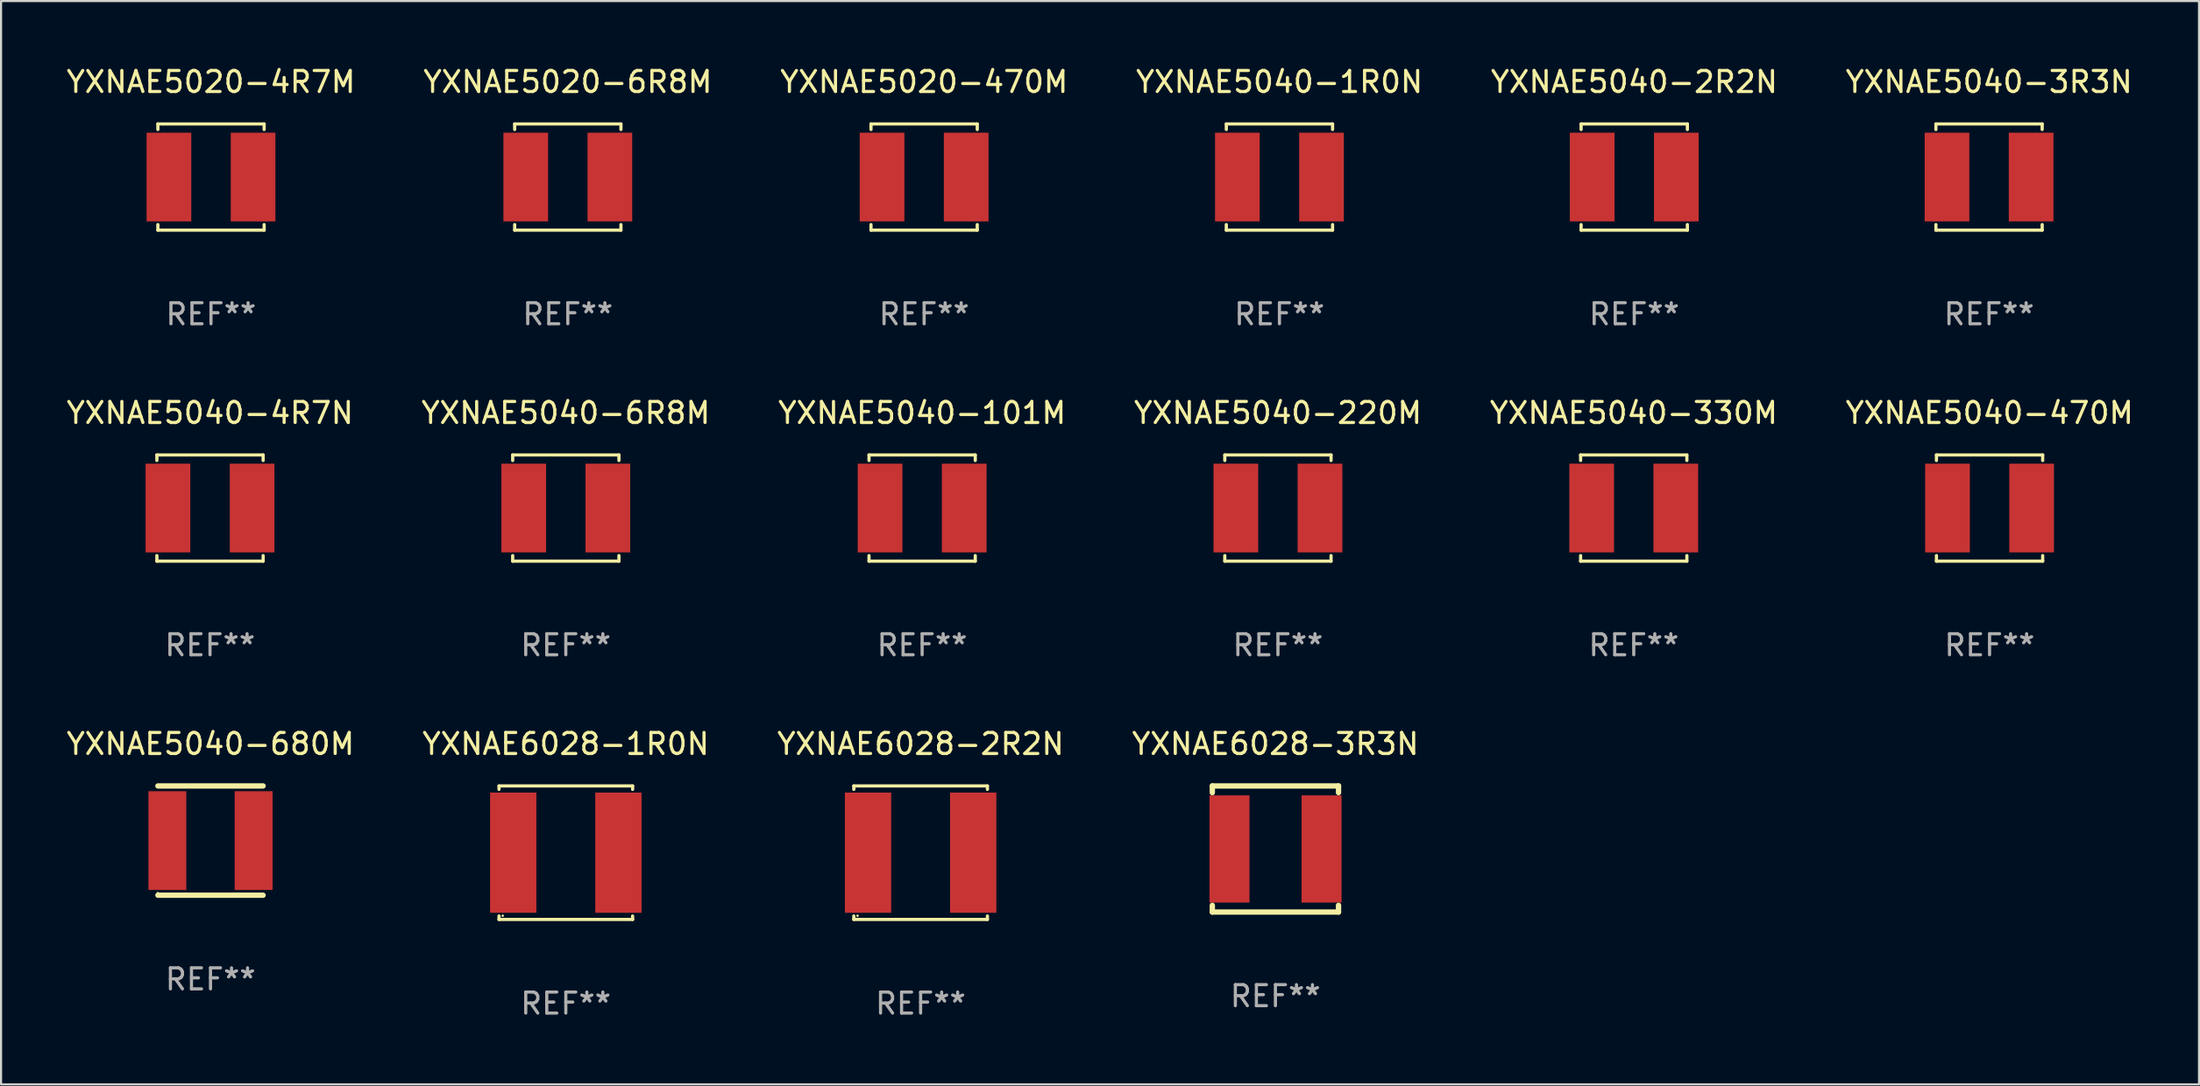
<source format=kicad_pcb>
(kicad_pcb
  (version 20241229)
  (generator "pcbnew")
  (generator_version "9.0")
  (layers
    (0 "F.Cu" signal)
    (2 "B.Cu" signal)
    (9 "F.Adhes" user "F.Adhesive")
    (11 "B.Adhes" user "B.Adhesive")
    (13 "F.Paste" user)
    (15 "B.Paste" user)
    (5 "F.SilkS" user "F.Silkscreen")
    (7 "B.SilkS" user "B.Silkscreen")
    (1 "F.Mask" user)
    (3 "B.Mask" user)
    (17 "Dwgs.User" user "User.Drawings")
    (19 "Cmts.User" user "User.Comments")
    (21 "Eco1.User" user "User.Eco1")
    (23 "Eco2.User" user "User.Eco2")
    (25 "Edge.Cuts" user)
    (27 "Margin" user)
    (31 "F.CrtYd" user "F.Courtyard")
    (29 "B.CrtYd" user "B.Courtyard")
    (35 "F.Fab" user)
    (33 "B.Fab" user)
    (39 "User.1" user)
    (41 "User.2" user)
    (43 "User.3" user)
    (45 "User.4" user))
  (footprint "YXNAE5040-1R0N"
    (layer "F.Cu")
    (at 57.78 5.374)
    (property "Reference" "YXNAE5040-1R0N" (at 0 -4.526 0) (layer "F.SilkS") (effects (font (size 1 1) (thickness 0.15))))
    (attr through_hole)
    (fp_line (start -2.526 -2.526) (end 2.526 -2.526) (stroke (width 0.152) (type solid)) (layer "F.SilkS"))
    (fp_line (start -2.526 -2.262) (end -2.526 -2.526) (stroke (width 0.152) (type solid)) (layer "F.SilkS"))
    (fp_line (start -2.526 2.262) (end -2.526 2.526) (stroke (width 0.152) (type solid)) (layer "F.SilkS"))
    (fp_line (start -2.526 2.526) (end 2.526 2.526) (stroke (width 0.152) (type solid)) (layer "F.SilkS"))
    (fp_line (start 2.526 -2.526) (end 2.526 -2.262) (stroke (width 0.152) (type solid)) (layer "F.SilkS"))
    (fp_line (start 2.526 2.526) (end 2.526 2.262) (stroke (width 0.152) (type solid)) (layer "F.SilkS"))
    (fp_circle (center 2.5 -2.5) (end 2.53 -2.5) (stroke (width 0.06) (type solid)) (fill no) (layer "F.SilkS"))
    (fp_text user "REF**" (at 0 6.526 0) (layer "F.Fab") (effects (font (size 1 1) (thickness 0.15))))
    (pad "1" smd rect (at 2 0) (size 2.124 4.22) (layers "F.Cu" "F.Mask" "F.Paste"))
    (pad "2" smd rect (at -2 0) (size 2.124 4.22) (layers "F.Cu" "F.Mask" "F.Paste")))
  (footprint "YXNAE6028-1R0N"
    (layer "F.Cu")
    (at 23.851 37.522)
    (property "Reference" "YXNAE6028-1R0N" (at 0 -5.176 0) (layer "F.SilkS") (effects (font (size 1 1) (thickness 0.15))))
    (attr through_hole)
    (fp_line (start -3.176 -3.176) (end 3.176 -3.176) (stroke (width 0.152) (type solid)) (layer "F.SilkS"))
    (fp_line (start -3.176 -3.012) (end -3.176 -3.176) (stroke (width 0.152) (type solid)) (layer "F.SilkS"))
    (fp_line (start -3.176 3.012) (end -3.176 3.176) (stroke (width 0.152) (type solid)) (layer "F.SilkS"))
    (fp_line (start -3.176 3.176) (end 3.176 3.176) (stroke (width 0.152) (type solid)) (layer "F.SilkS"))
    (fp_line (start 3.176 -3.176) (end 3.176 -3.012) (stroke (width 0.152) (type solid)) (layer "F.SilkS"))
    (fp_line (start 3.176 3.176) (end 3.176 3.012) (stroke (width 0.152) (type solid)) (layer "F.SilkS"))
    (fp_circle (center -3 3) (end -2.97 3) (stroke (width 0.06) (type solid)) (fill no) (layer "F.SilkS"))
    (fp_text user "REF**" (at 0 7.176 0) (layer "F.Fab") (effects (font (size 1 1) (thickness 0.15))))
    (pad "1" smd rect (at -2.5 0) (size 2.2 5.72) (layers "F.Cu" "F.Mask" "F.Paste"))
    (pad "2" smd rect (at 2.5 0) (size 2.2 5.72) (layers "F.Cu" "F.Mask" "F.Paste")))
  (footprint "YXNAE5040-6R8M"
    (layer "F.Cu")
    (at 23.851 21.123)
    (property "Reference" "YXNAE5040-6R8M" (at 0 -4.526 0) (layer "F.SilkS") (effects (font (size 1 1) (thickness 0.15))))
    (attr through_hole)
    (fp_line (start -2.526 -2.526) (end 2.526 -2.526) (stroke (width 0.152) (type solid)) (layer "F.SilkS"))
    (fp_line (start -2.526 -2.262) (end -2.526 -2.526) (stroke (width 0.152) (type solid)) (layer "F.SilkS"))
    (fp_line (start -2.526 2.262) (end -2.526 2.526) (stroke (width 0.152) (type solid)) (layer "F.SilkS"))
    (fp_line (start -2.526 2.526) (end 2.526 2.526) (stroke (width 0.152) (type solid)) (layer "F.SilkS"))
    (fp_line (start 2.526 -2.526) (end 2.526 -2.262) (stroke (width 0.152) (type solid)) (layer "F.SilkS"))
    (fp_line (start 2.526 2.526) (end 2.526 2.262) (stroke (width 0.152) (type solid)) (layer "F.SilkS"))
    (fp_circle (center 2.5 -2.5) (end 2.53 -2.5) (stroke (width 0.06) (type solid)) (fill no) (layer "F.SilkS"))
    (fp_text user "REF**" (at 0 6.526 0) (layer "F.Fab") (effects (font (size 1 1) (thickness 0.15))))
    (pad "1" smd rect (at 2 0) (size 2.124 4.22) (layers "F.Cu" "F.Mask" "F.Paste"))
    (pad "2" smd rect (at -2 0) (size 2.124 4.22) (layers "F.Cu" "F.Mask" "F.Paste")))
  (footprint "YXNAE5040-2R2N"
    (layer "F.Cu")
    (at 74.649 5.374)
    (property "Reference" "YXNAE5040-2R2N" (at 0 -4.526 0) (layer "F.SilkS") (effects (font (size 1 1) (thickness 0.15))))
    (attr through_hole)
    (fp_line (start -2.526 -2.526) (end 2.526 -2.526) (stroke (width 0.152) (type solid)) (layer "F.SilkS"))
    (fp_line (start -2.526 -2.262) (end -2.526 -2.526) (stroke (width 0.152) (type solid)) (layer "F.SilkS"))
    (fp_line (start -2.526 2.262) (end -2.526 2.526) (stroke (width 0.152) (type solid)) (layer "F.SilkS"))
    (fp_line (start -2.526 2.526) (end 2.526 2.526) (stroke (width 0.152) (type solid)) (layer "F.SilkS"))
    (fp_line (start 2.526 -2.526) (end 2.526 -2.262) (stroke (width 0.152) (type solid)) (layer "F.SilkS"))
    (fp_line (start 2.526 2.526) (end 2.526 2.262) (stroke (width 0.152) (type solid)) (layer "F.SilkS"))
    (fp_circle (center 2.5 -2.5) (end 2.53 -2.5) (stroke (width 0.06) (type solid)) (fill no) (layer "F.SilkS"))
    (fp_text user "REF**" (at 0 6.526 0) (layer "F.Fab") (effects (font (size 1 1) (thickness 0.15))))
    (pad "1" smd rect (at 2 0) (size 2.124 4.22) (layers "F.Cu" "F.Mask" "F.Paste"))
    (pad "2" smd rect (at -2 0) (size 2.124 4.22) (layers "F.Cu" "F.Mask" "F.Paste")))
  (footprint "YXNAE5020-470M"
    (layer "F.Cu")
    (at 40.887 5.374)
    (property "Reference" "YXNAE5020-470M" (at 0 -4.526 0) (layer "F.SilkS") (effects (font (size 1 1) (thickness 0.15))))
    (attr through_hole)
    (fp_line (start -2.526 -2.526) (end 2.526 -2.526) (stroke (width 0.152) (type solid)) (layer "F.SilkS"))
    (fp_line (start -2.526 -2.262) (end -2.526 -2.526) (stroke (width 0.152) (type solid)) (layer "F.SilkS"))
    (fp_line (start -2.526 2.262) (end -2.526 2.526) (stroke (width 0.152) (type solid)) (layer "F.SilkS"))
    (fp_line (start -2.526 2.526) (end 2.526 2.526) (stroke (width 0.152) (type solid)) (layer "F.SilkS"))
    (fp_line (start 2.526 -2.526) (end 2.526 -2.262) (stroke (width 0.152) (type solid)) (layer "F.SilkS"))
    (fp_line (start 2.526 2.526) (end 2.526 2.262) (stroke (width 0.152) (type solid)) (layer "F.SilkS"))
    (fp_circle (center 2.5 -2.5) (end 2.53 -2.5) (stroke (width 0.06) (type solid)) (fill no) (layer "F.SilkS"))
    (fp_text user "REF**" (at 0 6.526 0) (layer "F.Fab") (effects (font (size 1 1) (thickness 0.15))))
    (pad "1" smd rect (at 2 0) (size 2.124 4.22) (layers "F.Cu" "F.Mask" "F.Paste"))
    (pad "2" smd rect (at -2 0) (size 2.124 4.22) (layers "F.Cu" "F.Mask" "F.Paste")))
  (footprint "YXNAE5040-680M"
    (layer "F.Cu")
    (at 6.958 36.946)
    (property "Reference" "YXNAE5040-680M" (at 0 -4.6 0) (layer "F.SilkS") (effects (font (size 1 1) (thickness 0.15))))
    (attr through_hole)
    (fp_line (start -2.5 -2.6) (end 2.5 -2.6) (stroke (width 0.254) (type solid)) (layer "F.SilkS"))
    (fp_line (start -2.5 2.6) (end 2.5 2.6) (stroke (width 0.254) (type solid)) (layer "F.SilkS"))
    (fp_circle (center -2.5 2.5) (end -2.47 2.5) (stroke (width 0.06) (type solid)) (fill no) (layer "F.SilkS"))
    (fp_text user "REF**" (at 0 6.6 0) (layer "F.Fab") (effects (font (size 1 1) (thickness 0.15))))
    (pad "1" smd rect (at -2.05 0) (size 1.8 4.7) (layers "F.Cu" "F.Mask" "F.Paste"))
    (pad "2" smd rect (at 2.05 0) (size 1.8 4.7) (layers "F.Cu" "F.Mask" "F.Paste")))
  (footprint "YXNAE5040-330M"
    (layer "F.Cu")
    (at 74.625 21.123)
    (property "Reference" "YXNAE5040-330M" (at 0 -4.526 0) (layer "F.SilkS") (effects (font (size 1 1) (thickness 0.15))))
    (attr through_hole)
    (fp_line (start -2.526 -2.526) (end 2.526 -2.526) (stroke (width 0.152) (type solid)) (layer "F.SilkS"))
    (fp_line (start -2.526 -2.262) (end -2.526 -2.526) (stroke (width 0.152) (type solid)) (layer "F.SilkS"))
    (fp_line (start -2.526 2.262) (end -2.526 2.526) (stroke (width 0.152) (type solid)) (layer "F.SilkS"))
    (fp_line (start -2.526 2.526) (end 2.526 2.526) (stroke (width 0.152) (type solid)) (layer "F.SilkS"))
    (fp_line (start 2.526 -2.526) (end 2.526 -2.262) (stroke (width 0.152) (type solid)) (layer "F.SilkS"))
    (fp_line (start 2.526 2.526) (end 2.526 2.262) (stroke (width 0.152) (type solid)) (layer "F.SilkS"))
    (fp_circle (center 2.5 -2.5) (end 2.53 -2.5) (stroke (width 0.06) (type solid)) (fill no) (layer "F.SilkS"))
    (fp_text user "REF**" (at 0 6.526 0) (layer "F.Fab") (effects (font (size 1 1) (thickness 0.15))))
    (pad "1" smd rect (at 2 0) (size 2.124 4.22) (layers "F.Cu" "F.Mask" "F.Paste"))
    (pad "2" smd rect (at -2 0) (size 2.124 4.22) (layers "F.Cu" "F.Mask" "F.Paste")))
  (footprint "YXNAE5040-220M"
    (layer "F.Cu")
    (at 57.708 21.123)
    (property "Reference" "YXNAE5040-220M" (at 0 -4.526 0) (layer "F.SilkS") (effects (font (size 1 1) (thickness 0.15))))
    (attr through_hole)
    (fp_line (start -2.526 -2.526) (end 2.526 -2.526) (stroke (width 0.152) (type solid)) (layer "F.SilkS"))
    (fp_line (start -2.526 -2.262) (end -2.526 -2.526) (stroke (width 0.152) (type solid)) (layer "F.SilkS"))
    (fp_line (start -2.526 2.262) (end -2.526 2.526) (stroke (width 0.152) (type solid)) (layer "F.SilkS"))
    (fp_line (start -2.526 2.526) (end 2.526 2.526) (stroke (width 0.152) (type solid)) (layer "F.SilkS"))
    (fp_line (start 2.526 -2.526) (end 2.526 -2.262) (stroke (width 0.152) (type solid)) (layer "F.SilkS"))
    (fp_line (start 2.526 2.526) (end 2.526 2.262) (stroke (width 0.152) (type solid)) (layer "F.SilkS"))
    (fp_circle (center 2.5 -2.5) (end 2.53 -2.5) (stroke (width 0.06) (type solid)) (fill no) (layer "F.SilkS"))
    (fp_text user "REF**" (at 0 6.526 0) (layer "F.Fab") (effects (font (size 1 1) (thickness 0.15))))
    (pad "1" smd rect (at 2 0) (size 2.124 4.22) (layers "F.Cu" "F.Mask" "F.Paste"))
    (pad "2" smd rect (at -2 0) (size 2.124 4.22) (layers "F.Cu" "F.Mask" "F.Paste")))
  (footprint "YXNAE5040-470M"
    (layer "F.Cu")
    (at 91.542 21.123)
    (property "Reference" "YXNAE5040-470M" (at 0 -4.526 0) (layer "F.SilkS") (effects (font (size 1 1) (thickness 0.15))))
    (attr through_hole)
    (fp_line (start -2.526 -2.526) (end 2.526 -2.526) (stroke (width 0.152) (type solid)) (layer "F.SilkS"))
    (fp_line (start -2.526 -2.262) (end -2.526 -2.526) (stroke (width 0.152) (type solid)) (layer "F.SilkS"))
    (fp_line (start -2.526 2.262) (end -2.526 2.526) (stroke (width 0.152) (type solid)) (layer "F.SilkS"))
    (fp_line (start -2.526 2.526) (end 2.526 2.526) (stroke (width 0.152) (type solid)) (layer "F.SilkS"))
    (fp_line (start 2.526 -2.526) (end 2.526 -2.262) (stroke (width 0.152) (type solid)) (layer "F.SilkS"))
    (fp_line (start 2.526 2.526) (end 2.526 2.262) (stroke (width 0.152) (type solid)) (layer "F.SilkS"))
    (fp_circle (center 2.5 -2.5) (end 2.53 -2.5) (stroke (width 0.06) (type solid)) (fill no) (layer "F.SilkS"))
    (fp_text user "REF**" (at 0 6.526 0) (layer "F.Fab") (effects (font (size 1 1) (thickness 0.15))))
    (pad "1" smd rect (at 2 0) (size 2.124 4.22) (layers "F.Cu" "F.Mask" "F.Paste"))
    (pad "2" smd rect (at -2 0) (size 2.124 4.22) (layers "F.Cu" "F.Mask" "F.Paste")))
  (footprint "YXNAE5040-101M"
    (layer "F.Cu")
    (at 40.792 21.123)
    (property "Reference" "YXNAE5040-101M" (at 0 -4.526 0) (layer "F.SilkS") (effects (font (size 1 1) (thickness 0.15))))
    (attr through_hole)
    (fp_line (start -2.526 -2.526) (end 2.526 -2.526) (stroke (width 0.152) (type solid)) (layer "F.SilkS"))
    (fp_line (start -2.526 -2.262) (end -2.526 -2.526) (stroke (width 0.152) (type solid)) (layer "F.SilkS"))
    (fp_line (start -2.526 2.262) (end -2.526 2.526) (stroke (width 0.152) (type solid)) (layer "F.SilkS"))
    (fp_line (start -2.526 2.526) (end 2.526 2.526) (stroke (width 0.152) (type solid)) (layer "F.SilkS"))
    (fp_line (start 2.526 -2.526) (end 2.526 -2.262) (stroke (width 0.152) (type solid)) (layer "F.SilkS"))
    (fp_line (start 2.526 2.526) (end 2.526 2.262) (stroke (width 0.152) (type solid)) (layer "F.SilkS"))
    (fp_circle (center 2.5 -2.5) (end 2.53 -2.5) (stroke (width 0.06) (type solid)) (fill no) (layer "F.SilkS"))
    (fp_text user "REF**" (at 0 6.526 0) (layer "F.Fab") (effects (font (size 1 1) (thickness 0.15))))
    (pad "1" smd rect (at 2 0) (size 2.124 4.22) (layers "F.Cu" "F.Mask" "F.Paste"))
    (pad "2" smd rect (at -2 0) (size 2.124 4.22) (layers "F.Cu" "F.Mask" "F.Paste")))
  (footprint "YXNAE5040-3R3N"
    (layer "F.Cu")
    (at 91.518 5.374)
    (property "Reference" "YXNAE5040-3R3N" (at 0 -4.526 0) (layer "F.SilkS") (effects (font (size 1 1) (thickness 0.15))))
    (attr through_hole)
    (fp_line (start -2.526 -2.526) (end 2.526 -2.526) (stroke (width 0.152) (type solid)) (layer "F.SilkS"))
    (fp_line (start -2.526 -2.262) (end -2.526 -2.526) (stroke (width 0.152) (type solid)) (layer "F.SilkS"))
    (fp_line (start -2.526 2.262) (end -2.526 2.526) (stroke (width 0.152) (type solid)) (layer "F.SilkS"))
    (fp_line (start -2.526 2.526) (end 2.526 2.526) (stroke (width 0.152) (type solid)) (layer "F.SilkS"))
    (fp_line (start 2.526 -2.526) (end 2.526 -2.262) (stroke (width 0.152) (type solid)) (layer "F.SilkS"))
    (fp_line (start 2.526 2.526) (end 2.526 2.262) (stroke (width 0.152) (type solid)) (layer "F.SilkS"))
    (fp_circle (center 2.5 -2.5) (end 2.53 -2.5) (stroke (width 0.06) (type solid)) (fill no) (layer "F.SilkS"))
    (fp_text user "REF**" (at 0 6.526 0) (layer "F.Fab") (effects (font (size 1 1) (thickness 0.15))))
    (pad "1" smd rect (at 2 0) (size 2.124 4.22) (layers "F.Cu" "F.Mask" "F.Paste"))
    (pad "2" smd rect (at -2 0) (size 2.124 4.22) (layers "F.Cu" "F.Mask" "F.Paste")))
  (footprint "YXNAE6028-3R3N"
    (layer "F.Cu")
    (at 57.589 37.346)
    (property "Reference" "YXNAE6028-3R3N" (at 0 -5 0) (layer "F.SilkS") (effects (font (size 1 1) (thickness 0.15))))
    (attr through_hole)
    (fp_line (start -3 -3) (end 3 -3) (stroke (width 0.254) (type solid)) (layer "F.SilkS"))
    (fp_line (start -3 -2.681) (end -3 -3) (stroke (width 0.254) (type solid)) (layer "F.SilkS"))
    (fp_line (start -3 3) (end -3 2.681) (stroke (width 0.254) (type solid)) (layer "F.SilkS"))
    (fp_line (start 3 -3) (end 3 -2.681) (stroke (width 0.254) (type solid)) (layer "F.SilkS"))
    (fp_line (start 3 2.681) (end 3 3) (stroke (width 0.254) (type solid)) (layer "F.SilkS"))
    (fp_line (start 3 3) (end -3 3) (stroke (width 0.254) (type solid)) (layer "F.SilkS"))
    (fp_circle (center -3 3) (end -2.97 3) (stroke (width 0.06) (type solid)) (fill no) (layer "F.SilkS"))
    (fp_text user "REF**" (at 0 7 0) (layer "F.Fab") (effects (font (size 1 1) (thickness 0.15))))
    (pad "1" smd rect (at -2.183 0) (size 1.9 5.1) (layers "F.Cu" "F.Mask" "F.Paste"))
    (pad "2" smd rect (at 2.193 0) (size 1.9 5.1) (layers "F.Cu" "F.Mask" "F.Paste")))
  (footprint "YXNAE6028-2R2N"
    (layer "F.Cu")
    (at 40.72 37.522)
    (property "Reference" "YXNAE6028-2R2N" (at 0 -5.176 0) (layer "F.SilkS") (effects (font (size 1 1) (thickness 0.15))))
    (attr through_hole)
    (fp_line (start -3.176 -3.176) (end 3.176 -3.176) (stroke (width 0.152) (type solid)) (layer "F.SilkS"))
    (fp_line (start -3.176 -3.012) (end -3.176 -3.176) (stroke (width 0.152) (type solid)) (layer "F.SilkS"))
    (fp_line (start -3.176 3.012) (end -3.176 3.176) (stroke (width 0.152) (type solid)) (layer "F.SilkS"))
    (fp_line (start -3.176 3.176) (end 3.176 3.176) (stroke (width 0.152) (type solid)) (layer "F.SilkS"))
    (fp_line (start 3.176 -3.176) (end 3.176 -3.012) (stroke (width 0.152) (type solid)) (layer "F.SilkS"))
    (fp_line (start 3.176 3.176) (end 3.176 3.012) (stroke (width 0.152) (type solid)) (layer "F.SilkS"))
    (fp_circle (center -3 3) (end -2.97 3) (stroke (width 0.06) (type solid)) (fill no) (layer "F.SilkS"))
    (fp_text user "REF**" (at 0 7.176 0) (layer "F.Fab") (effects (font (size 1 1) (thickness 0.15))))
    (pad "1" smd rect (at -2.5 0) (size 2.2 5.72) (layers "F.Cu" "F.Mask" "F.Paste"))
    (pad "2" smd rect (at 2.5 0) (size 2.2 5.72) (layers "F.Cu" "F.Mask" "F.Paste")))
  (footprint "YXNAE5040-4R7N"
    (layer "F.Cu")
    (at 6.935 21.123)
    (property "Reference" "YXNAE5040-4R7N" (at 0 -4.526 0) (layer "F.SilkS") (effects (font (size 1 1) (thickness 0.15))))
    (attr through_hole)
    (fp_line (start -2.526 -2.526) (end 2.526 -2.526) (stroke (width 0.152) (type solid)) (layer "F.SilkS"))
    (fp_line (start -2.526 -2.262) (end -2.526 -2.526) (stroke (width 0.152) (type solid)) (layer "F.SilkS"))
    (fp_line (start -2.526 2.262) (end -2.526 2.526) (stroke (width 0.152) (type solid)) (layer "F.SilkS"))
    (fp_line (start -2.526 2.526) (end 2.526 2.526) (stroke (width 0.152) (type solid)) (layer "F.SilkS"))
    (fp_line (start 2.526 -2.526) (end 2.526 -2.262) (stroke (width 0.152) (type solid)) (layer "F.SilkS"))
    (fp_line (start 2.526 2.526) (end 2.526 2.262) (stroke (width 0.152) (type solid)) (layer "F.SilkS"))
    (fp_circle (center 2.5 -2.5) (end 2.53 -2.5) (stroke (width 0.06) (type solid)) (fill no) (layer "F.SilkS"))
    (fp_text user "REF**" (at 0 6.526 0) (layer "F.Fab") (effects (font (size 1 1) (thickness 0.15))))
    (pad "1" smd rect (at 2 0) (size 2.124 4.22) (layers "F.Cu" "F.Mask" "F.Paste"))
    (pad "2" smd rect (at -2 0) (size 2.124 4.22) (layers "F.Cu" "F.Mask" "F.Paste")))
  (footprint "YXNAE5020-4R7M"
    (layer "F.Cu")
    (at 6.982 5.374)
    (property "Reference" "YXNAE5020-4R7M" (at 0 -4.526 0) (layer "F.SilkS") (effects (font (size 1 1) (thickness 0.15))))
    (attr through_hole)
    (fp_line (start -2.526 -2.526) (end 2.526 -2.526) (stroke (width 0.152) (type solid)) (layer "F.SilkS"))
    (fp_line (start -2.526 -2.262) (end -2.526 -2.526) (stroke (width 0.152) (type solid)) (layer "F.SilkS"))
    (fp_line (start -2.526 2.262) (end -2.526 2.526) (stroke (width 0.152) (type solid)) (layer "F.SilkS"))
    (fp_line (start -2.526 2.526) (end 2.526 2.526) (stroke (width 0.152) (type solid)) (layer "F.SilkS"))
    (fp_line (start 2.526 -2.526) (end 2.526 -2.262) (stroke (width 0.152) (type solid)) (layer "F.SilkS"))
    (fp_line (start 2.526 2.526) (end 2.526 2.262) (stroke (width 0.152) (type solid)) (layer "F.SilkS"))
    (fp_circle (center 2.5 -2.5) (end 2.53 -2.5) (stroke (width 0.06) (type solid)) (fill no) (layer "F.SilkS"))
    (fp_text user "REF**" (at 0 6.526 0) (layer "F.Fab") (effects (font (size 1 1) (thickness 0.15))))
    (pad "1" smd rect (at 2 0) (size 2.124 4.22) (layers "F.Cu" "F.Mask" "F.Paste"))
    (pad "2" smd rect (at -2 0) (size 2.124 4.22) (layers "F.Cu" "F.Mask" "F.Paste")))
  (footprint "YXNAE5020-6R8M"
    (layer "F.Cu")
    (at 23.946 5.374)
    (property "Reference" "YXNAE5020-6R8M" (at 0 -4.526 0) (layer "F.SilkS") (effects (font (size 1 1) (thickness 0.15))))
    (attr through_hole)
    (fp_line (start -2.526 -2.526) (end 2.526 -2.526) (stroke (width 0.152) (type solid)) (layer "F.SilkS"))
    (fp_line (start -2.526 -2.262) (end -2.526 -2.526) (stroke (width 0.152) (type solid)) (layer "F.SilkS"))
    (fp_line (start -2.526 2.262) (end -2.526 2.526) (stroke (width 0.152) (type solid)) (layer "F.SilkS"))
    (fp_line (start -2.526 2.526) (end 2.526 2.526) (stroke (width 0.152) (type solid)) (layer "F.SilkS"))
    (fp_line (start 2.526 -2.526) (end 2.526 -2.262) (stroke (width 0.152) (type solid)) (layer "F.SilkS"))
    (fp_line (start 2.526 2.526) (end 2.526 2.262) (stroke (width 0.152) (type solid)) (layer "F.SilkS"))
    (fp_circle (center 2.5 -2.5) (end 2.53 -2.5) (stroke (width 0.06) (type solid)) (fill no) (layer "F.SilkS"))
    (fp_text user "REF**" (at 0 6.526 0) (layer "F.Fab") (effects (font (size 1 1) (thickness 0.15))))
    (pad "1" smd rect (at 2 0) (size 2.124 4.22) (layers "F.Cu" "F.Mask" "F.Paste"))
    (pad "2" smd rect (at -2 0) (size 2.124 4.22) (layers "F.Cu" "F.Mask" "F.Paste")))
  (gr_rect
    (start -3 -3)
    (end 101.5 48.547)
    (stroke (width 0.1) (type default))
    (fill no)
    (layer "Edge.Cuts")))
</source>
